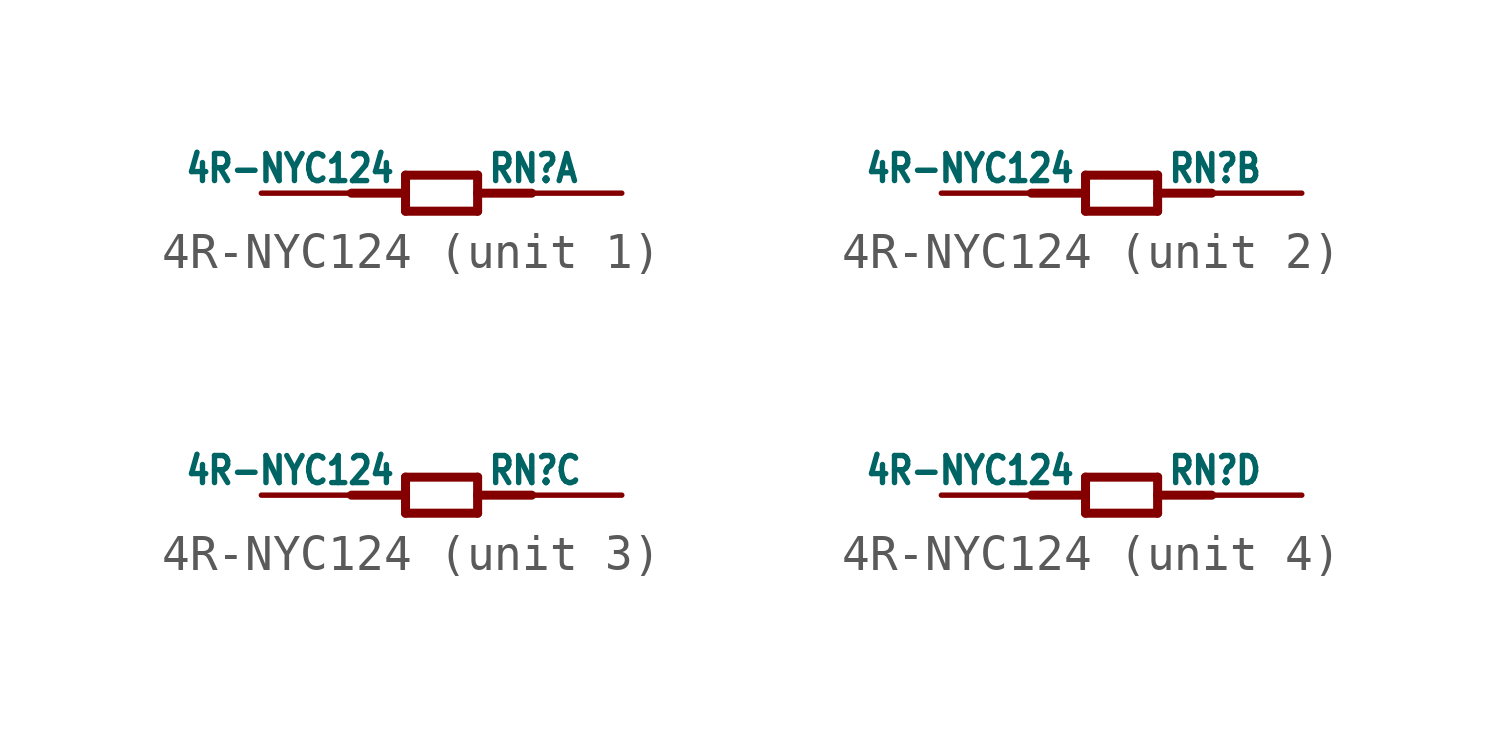
<source format=kicad_sym>
(kicad_symbol_lib
  (version 20211014)
  (generator kicad_symbol_editor)
  (symbol "4R-NYC124"
    (property "Reference" "RN"
      (at 1.27 0.254 0)
      (effects (font (size 0.762 0.648)) (justify left bottom)))
    (property "Value" "4R-NYC124"
      (at -1.27 0.254 0)
      (effects (font (size 0.762 0.648)) (justify right bottom)))
    (property "ki_locked" ""
      (at 0 0 0)
      (effects (font (size 1.27 1.27))))
    (symbol "4R-NYC124_1_0"
      (polyline (pts (xy -2.54 0) (xy -1.016 0)) (stroke (width 0.254) (type default) (color 0 0 0 0)) (fill (type none)))
      (polyline (pts (xy -1.016 -0.508) (xy 1.016 -0.508)) (stroke (width 0.254) (type default) (color 0 0 0 0)) (fill (type none)))
      (polyline (pts (xy -1.016 0) (xy -1.016 -0.508)) (stroke (width 0.254) (type default) (color 0 0 0 0)) (fill (type none)))
      (polyline (pts (xy -1.016 0.508) (xy -1.016 0)) (stroke (width 0.254) (type default) (color 0 0 0 0)) (fill (type none)))
      (polyline (pts (xy 1.016 -0.508) (xy 1.016 0)) (stroke (width 0.254) (type default) (color 0 0 0 0)) (fill (type none)))
      (polyline (pts (xy 1.016 0) (xy 1.016 0.508)) (stroke (width 0.254) (type default) (color 0 0 0 0)) (fill (type none)))
      (polyline (pts (xy 1.016 0) (xy 2.54 0)) (stroke (width 0.254) (type default) (color 0 0 0 0)) (fill (type none)))
      (polyline (pts (xy 1.016 0.508) (xy -1.016 0.508)) (stroke (width 0.254) (type default) (color 0 0 0 0)) (fill (type none)))
      (pin passive line (at -5.08 0 0) (length 2.54) (name "1" (effects (font (size 0 0)))) (number "1" (effects (font (size 0 0)))))
      (pin passive line (at 5.08 0 180) (length 2.54) (name "2" (effects (font (size 0 0)))) (number "8" (effects (font (size 0 0))))))
    (symbol "4R-NYC124_2_0"
      (polyline (pts (xy -2.54 0) (xy -1.016 0)) (stroke (width 0.254) (type default) (color 0 0 0 0)) (fill (type none)))
      (polyline (pts (xy -1.016 -0.508) (xy 1.016 -0.508)) (stroke (width 0.254) (type default) (color 0 0 0 0)) (fill (type none)))
      (polyline (pts (xy -1.016 0) (xy -1.016 -0.508)) (stroke (width 0.254) (type default) (color 0 0 0 0)) (fill (type none)))
      (polyline (pts (xy -1.016 0.508) (xy -1.016 0)) (stroke (width 0.254) (type default) (color 0 0 0 0)) (fill (type none)))
      (polyline (pts (xy 1.016 -0.508) (xy 1.016 0)) (stroke (width 0.254) (type default) (color 0 0 0 0)) (fill (type none)))
      (polyline (pts (xy 1.016 0) (xy 1.016 0.508)) (stroke (width 0.254) (type default) (color 0 0 0 0)) (fill (type none)))
      (polyline (pts (xy 1.016 0) (xy 2.54 0)) (stroke (width 0.254) (type default) (color 0 0 0 0)) (fill (type none)))
      (polyline (pts (xy 1.016 0.508) (xy -1.016 0.508)) (stroke (width 0.254) (type default) (color 0 0 0 0)) (fill (type none)))
      (pin passive line (at -5.08 0 0) (length 2.54) (name "1" (effects (font (size 0 0)))) (number "2" (effects (font (size 0 0)))))
      (pin passive line (at 5.08 0 180) (length 2.54) (name "2" (effects (font (size 0 0)))) (number "7" (effects (font (size 0 0))))))
    (symbol "4R-NYC124_3_0"
      (polyline (pts (xy -2.54 0) (xy -1.016 0)) (stroke (width 0.254) (type default) (color 0 0 0 0)) (fill (type none)))
      (polyline (pts (xy -1.016 -0.508) (xy 1.016 -0.508)) (stroke (width 0.254) (type default) (color 0 0 0 0)) (fill (type none)))
      (polyline (pts (xy -1.016 0) (xy -1.016 -0.508)) (stroke (width 0.254) (type default) (color 0 0 0 0)) (fill (type none)))
      (polyline (pts (xy -1.016 0.508) (xy -1.016 0)) (stroke (width 0.254) (type default) (color 0 0 0 0)) (fill (type none)))
      (polyline (pts (xy 1.016 -0.508) (xy 1.016 0)) (stroke (width 0.254) (type default) (color 0 0 0 0)) (fill (type none)))
      (polyline (pts (xy 1.016 0) (xy 1.016 0.508)) (stroke (width 0.254) (type default) (color 0 0 0 0)) (fill (type none)))
      (polyline (pts (xy 1.016 0) (xy 2.54 0)) (stroke (width 0.254) (type default) (color 0 0 0 0)) (fill (type none)))
      (polyline (pts (xy 1.016 0.508) (xy -1.016 0.508)) (stroke (width 0.254) (type default) (color 0 0 0 0)) (fill (type none)))
      (pin passive line (at -5.08 0 0) (length 2.54) (name "1" (effects (font (size 0 0)))) (number "3" (effects (font (size 0 0)))))
      (pin passive line (at 5.08 0 180) (length 2.54) (name "2" (effects (font (size 0 0)))) (number "6" (effects (font (size 0 0))))))
    (symbol "4R-NYC124_4_0"
      (polyline (pts (xy -2.54 0) (xy -1.016 0)) (stroke (width 0.254) (type default) (color 0 0 0 0)) (fill (type none)))
      (polyline (pts (xy -1.016 -0.508) (xy 1.016 -0.508)) (stroke (width 0.254) (type default) (color 0 0 0 0)) (fill (type none)))
      (polyline (pts (xy -1.016 0) (xy -1.016 -0.508)) (stroke (width 0.254) (type default) (color 0 0 0 0)) (fill (type none)))
      (polyline (pts (xy -1.016 0.508) (xy -1.016 0)) (stroke (width 0.254) (type default) (color 0 0 0 0)) (fill (type none)))
      (polyline (pts (xy 1.016 -0.508) (xy 1.016 0)) (stroke (width 0.254) (type default) (color 0 0 0 0)) (fill (type none)))
      (polyline (pts (xy 1.016 0) (xy 1.016 0.508)) (stroke (width 0.254) (type default) (color 0 0 0 0)) (fill (type none)))
      (polyline (pts (xy 1.016 0) (xy 2.54 0)) (stroke (width 0.254) (type default) (color 0 0 0 0)) (fill (type none)))
      (polyline (pts (xy 1.016 0.508) (xy -1.016 0.508)) (stroke (width 0.254) (type default) (color 0 0 0 0)) (fill (type none)))
      (pin passive line (at -5.08 0 0) (length 2.54) (name "1" (effects (font (size 0 0)))) (number "4" (effects (font (size 0 0)))))
      (pin passive line (at 5.08 0 180) (length 2.54) (name "2" (effects (font (size 0 0)))) (number "5" (effects (font (size 0 0))))))))
</source>
